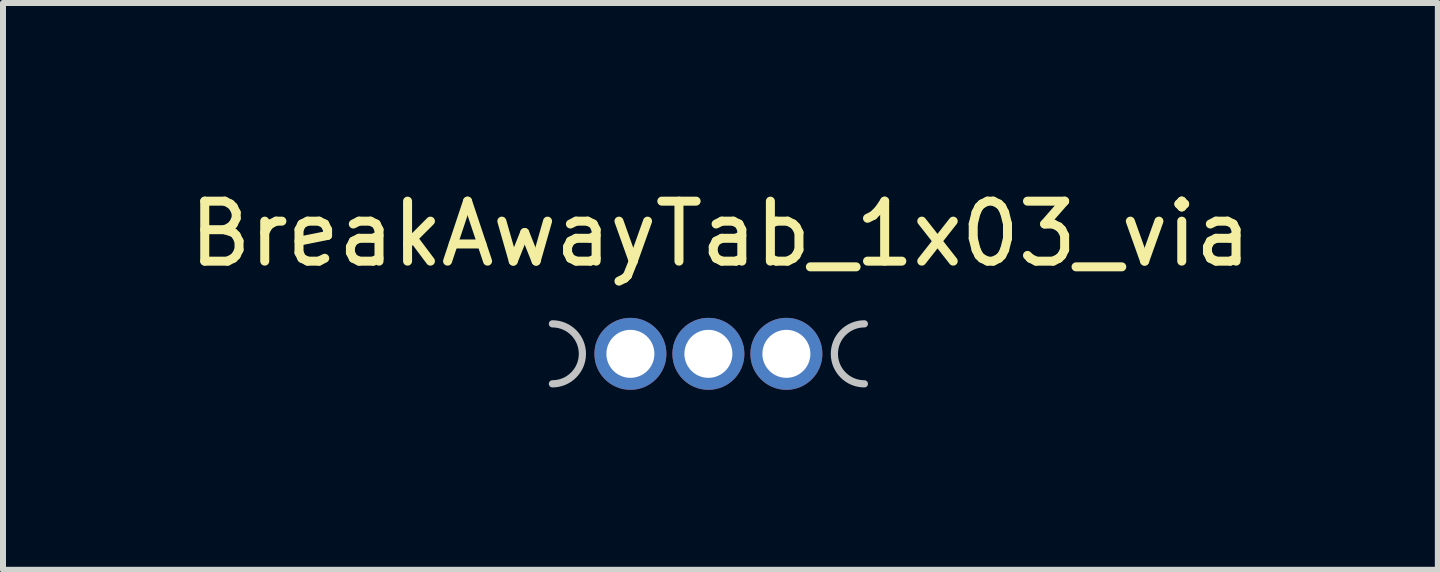
<source format=kicad_pcb>
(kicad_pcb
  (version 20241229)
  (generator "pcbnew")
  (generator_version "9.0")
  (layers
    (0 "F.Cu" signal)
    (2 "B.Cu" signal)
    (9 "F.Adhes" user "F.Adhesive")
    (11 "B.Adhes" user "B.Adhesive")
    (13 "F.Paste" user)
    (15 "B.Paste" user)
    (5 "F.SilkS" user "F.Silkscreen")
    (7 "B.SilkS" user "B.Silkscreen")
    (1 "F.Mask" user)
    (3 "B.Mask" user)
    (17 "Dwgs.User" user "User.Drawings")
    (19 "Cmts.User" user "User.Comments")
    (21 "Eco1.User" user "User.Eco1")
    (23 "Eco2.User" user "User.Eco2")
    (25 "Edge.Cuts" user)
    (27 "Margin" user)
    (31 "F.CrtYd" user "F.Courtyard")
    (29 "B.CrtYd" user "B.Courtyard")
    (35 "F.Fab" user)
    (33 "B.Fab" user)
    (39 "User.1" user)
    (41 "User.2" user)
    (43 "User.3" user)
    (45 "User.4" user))
  (footprint "BreakAwayTab_1x03_via"
    (layer "F.Cu")
    (at 8.758 2.848)
    (property "Reference" "BreakAwayTab_1x03_via" (at 0.2 -2 180) (layer "F.SilkS") (effects (font (size 1 1) (thickness 0.15))))
    (attr through_hole)
    (fp_arc (start -2.6 -0.5) (mid -2.1 0) (end -2.6 0.5) (stroke (width 0.12) (type solid)) (layer "Dwgs.User"))
    (fp_arc (start 2.6 0.5) (mid 2.1 0) (end 2.6 -0.5) (stroke (width 0.12) (type solid)) (layer "Dwgs.User"))
    (pad "3" thru_hole circle (at -1.3 0) (size 1.2 1.2) (drill 0.8) (layers "*.Cu" "*.Mask"))
    (pad "3" thru_hole circle (at 0 0) (size 1.2 1.2) (drill 0.8) (layers "*.Cu" "*.Mask"))
    (pad "3" thru_hole circle (at 1.3 0) (size 1.2 1.2) (drill 0.8) (layers "*.Cu" "*.Mask")))
  (gr_rect
    (start -3 -3)
    (end 20.917 6.448)
    (stroke (width 0.1) (type default))
    (fill no)
    (layer "Edge.Cuts")))
</source>
